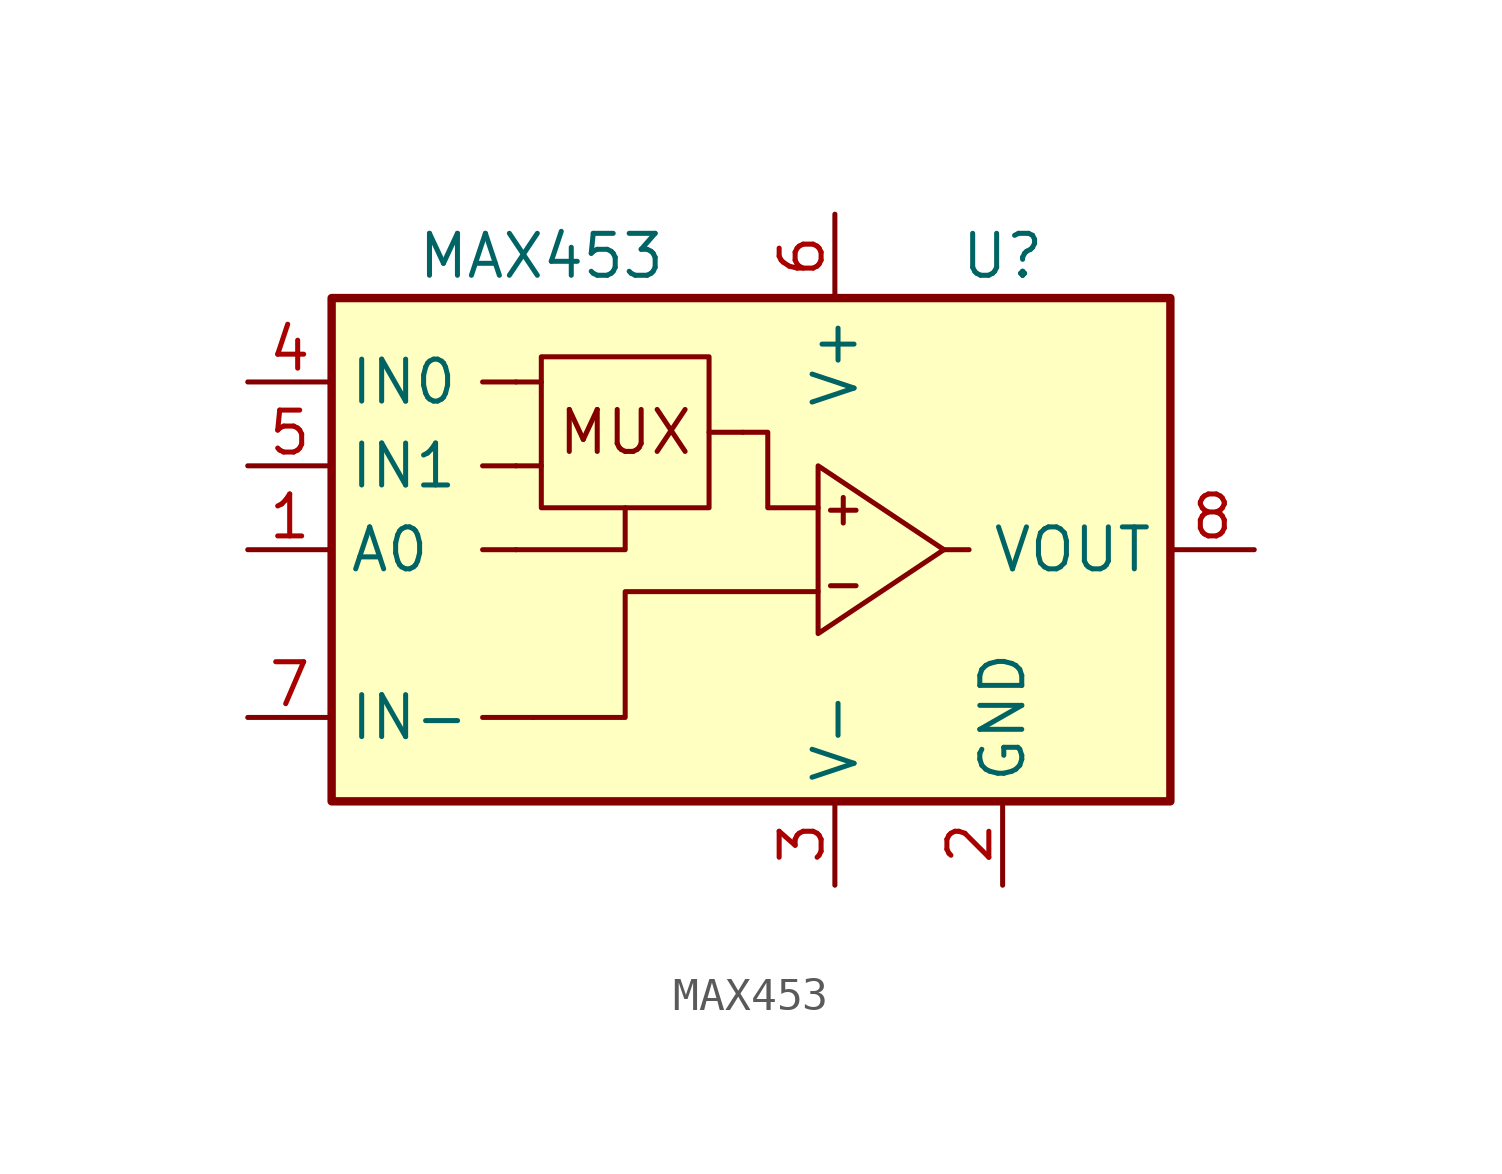
<source format=kicad_sym>
(kicad_symbol_lib
  (version 20231120)
  (generator "kicad_symbol_editor")
  (generator_version "8.0")
  (symbol "MAX453"
    (property "Reference" "U"
      (at 7.62 8.89 0)
      (effects (font (size 1.27 1.27))))
    (property "Value" "MAX453"
      (at -6.35 8.89 0)
      (effects (font (size 1.27 1.27))))
    (symbol "MAX453_0_0"
      (rectangle (start -12.7 7.62) (end 12.7 -7.62) (stroke (width 0.254) (type default)) (fill (type background)))
      (rectangle (start -6.35 5.842) (end -1.27 1.27) (stroke (width 0) (type default)) (fill (type none)))
      (polyline (pts (xy -6.35 2.54) (xy -7.112 2.54)) (stroke (width 0) (type default)) (fill (type none)))
      (polyline (pts (xy -6.35 5.08) (xy -7.112 5.08)) (stroke (width 0) (type default)) (fill (type none)))
      (polyline (pts (xy -1.27 3.556) (xy -0.254 3.556)) (stroke (width 0) (type default)) (fill (type none)))
      (polyline (pts (xy -3.81 1.27) (xy -3.81 0) (xy -7.112 0)) (stroke (width 0) (type default)) (fill (type none)))
      (polyline (pts (xy 2.032 1.27) (xy 0.508 1.27) (xy 0.508 3.556) (xy -0.254 3.556)) (stroke (width 0) (type default)) (fill (type none)))
      (polyline (pts (xy 5.842 0) (xy 2.032 2.54) (xy 2.032 -2.54) (xy 5.842 0)) (stroke (width 0) (type default)) (fill (type none)))
      (polyline (pts (xy 2.032 -1.27) (xy 0.508 -1.27) (xy -3.81 -1.27) (xy -3.81 -5.08) (xy -6.604 -5.08)) (stroke (width 0) (type default)) (fill (type none)))
      (text "+" (at 2.794 1.27 0) (effects (font (size 1.016 1.016))))
      (text "-" (at 2.794 -1.016 0) (effects (font (size 1.016 1.016))))
      (text "MUX" (at -3.81 3.556 0) (effects (font (size 1.27 1.27)))))
    (symbol "MAX453_0_1"
      (polyline (pts (xy -8.128 2.54) (xy -7.112 2.54)) (stroke (width 0) (type default)) (fill (type none)))
      (polyline (pts (xy -7.112 0) (xy -8.128 0)) (stroke (width 0) (type default)) (fill (type none)))
      (polyline (pts (xy -7.112 5.08) (xy -8.128 5.08)) (stroke (width 0) (type default)) (fill (type none)))
      (polyline (pts (xy -6.604 -5.08) (xy -8.128 -5.08)) (stroke (width 0) (type default)) (fill (type none)))
      (polyline (pts (xy 5.842 0) (xy 6.604 0)) (stroke (width 0) (type default)) (fill (type none))))
    (symbol "MAX453_1_1"
      (pin input line (at -15.24 0 0) (length 2.54) (name "A0" (effects (font (size 1.27 1.27)))) (number "1" (effects (font (size 1.27 1.27)))))
      (pin power_in line (at 7.62 -10.16 90) (length 2.54) (name "GND" (effects (font (size 1.27 1.27)))) (number "2" (effects (font (size 1.27 1.27)))))
      (pin power_in line (at 2.54 -10.16 90) (length 2.54) (name "V-" (effects (font (size 1.27 1.27)))) (number "3" (effects (font (size 1.27 1.27)))))
      (pin input line (at -15.24 5.08 0) (length 2.54) (name "IN0" (effects (font (size 1.27 1.27)))) (number "4" (effects (font (size 1.27 1.27)))))
      (pin input line (at -15.24 2.54 0) (length 2.54) (name "IN1" (effects (font (size 1.27 1.27)))) (number "5" (effects (font (size 1.27 1.27)))))
      (pin power_in line (at 2.54 10.16 270) (length 2.54) (name "V+" (effects (font (size 1.27 1.27)))) (number "6" (effects (font (size 1.27 1.27)))))
      (pin input line (at -15.24 -5.08 0) (length 2.54) (name "IN-" (effects (font (size 1.27 1.27)))) (number "7" (effects (font (size 1.27 1.27)))))
      (pin output line (at 15.24 0 180) (length 2.54) (name "VOUT" (effects (font (size 1.27 1.27)))) (number "8" (effects (font (size 1.27 1.27))))))))
</source>
